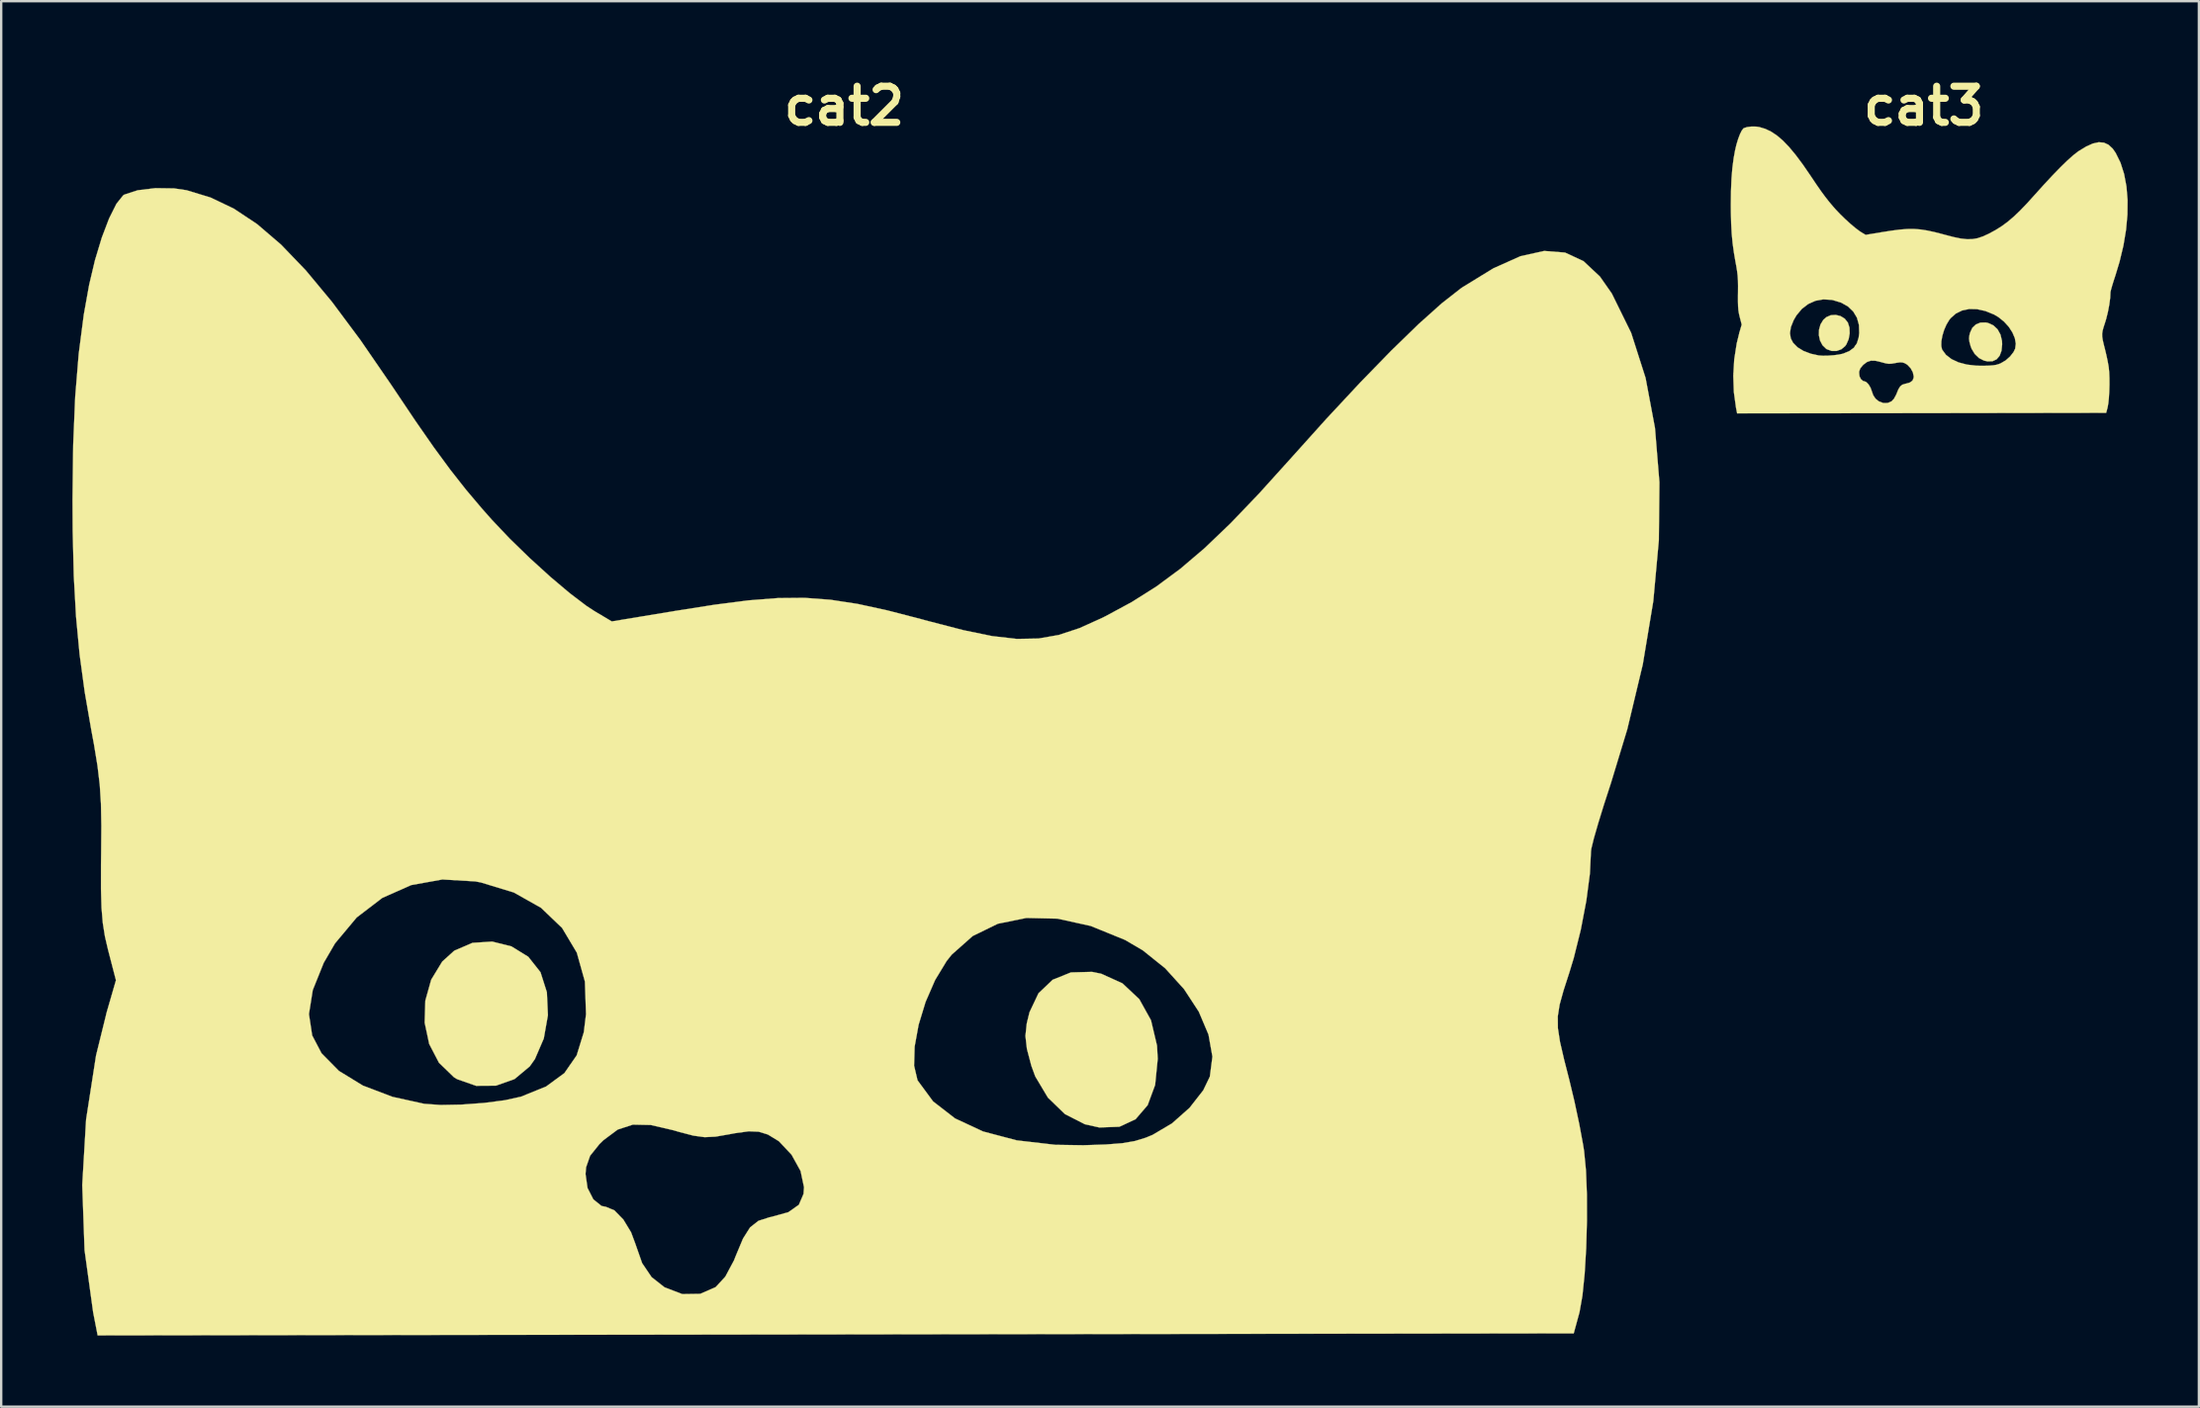
<source format=kicad_pcb>
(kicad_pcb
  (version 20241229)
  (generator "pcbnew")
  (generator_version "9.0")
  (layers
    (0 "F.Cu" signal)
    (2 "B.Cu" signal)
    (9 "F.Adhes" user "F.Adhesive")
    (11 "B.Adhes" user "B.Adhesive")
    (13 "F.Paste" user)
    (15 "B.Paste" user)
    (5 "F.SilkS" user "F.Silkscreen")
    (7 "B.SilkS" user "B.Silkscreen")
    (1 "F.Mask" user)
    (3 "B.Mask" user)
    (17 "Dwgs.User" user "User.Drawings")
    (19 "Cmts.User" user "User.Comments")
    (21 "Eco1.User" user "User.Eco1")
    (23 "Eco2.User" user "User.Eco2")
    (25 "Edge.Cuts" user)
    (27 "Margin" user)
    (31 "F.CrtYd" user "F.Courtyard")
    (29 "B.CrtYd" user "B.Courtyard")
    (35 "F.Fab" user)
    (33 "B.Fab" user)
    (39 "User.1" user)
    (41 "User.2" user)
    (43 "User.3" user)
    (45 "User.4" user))
  (footprint "cat3"
    (layer "F.Cu")
    (at 77.997 1.418)
    (property "Reference" "cat3" (at 0 0 0) (layer "F.SilkS") (effects (font (size 1.524 1.524) (thickness 0.3))))
    (attr through_hole)
    (fp_poly (pts (xy -3.504 8.855) (xy -3.328 8.964) (xy -3.199 9.127) (xy -3.131 9.338) (xy -3.121 9.581) (xy -3.164 9.825) (xy -3.258 10.042) (xy -3.312 10.12) (xy -3.473 10.254) (xy -3.669 10.323) (xy -3.878 10.324) (xy -4.077 10.254) (xy -4.111 10.234) (xy -4.268 10.081) (xy -4.371 9.883) (xy -4.419 9.659) (xy -4.412 9.427) (xy -4.35 9.206) (xy -4.234 9.015) (xy -4.107 8.901) (xy -3.916 8.818) (xy -3.708 8.805) (xy -3.504 8.855)) (stroke (width 0.01) (type solid)) (fill yes) (layer "F.SilkS"))
    (fp_poly (pts (xy 2.707 9.143) (xy 2.931 9.245) (xy 3.108 9.411) (xy 3.231 9.633) (xy 3.295 9.901) (xy 3.302 10.04) (xy 3.275 10.315) (xy 3.196 10.528) (xy 3.069 10.676) (xy 2.898 10.756) (xy 2.688 10.763) (xy 2.535 10.729) (xy 2.325 10.622) (xy 2.145 10.448) (xy 2.012 10.225) (xy 1.971 10.113) (xy 1.924 9.935) (xy 1.909 9.799) (xy 1.923 9.667) (xy 1.952 9.55) (xy 2.046 9.349) (xy 2.196 9.207) (xy 2.388 9.129) (xy 2.61 9.124) (xy 2.707 9.143)) (stroke (width 0.01) (type solid)) (fill yes) (layer "F.SilkS"))
    (fp_poly (pts (xy -7.057 0.868) (xy -6.926 0.888) (xy -6.674 0.964) (xy -6.428 1.082) (xy -6.183 1.245) (xy -5.932 1.46) (xy -5.671 1.732) (xy -5.394 2.065) (xy -5.096 2.465) (xy -4.771 2.938) (xy -4.74 2.985) (xy -4.516 3.319) (xy -4.323 3.596) (xy -4.149 3.832) (xy -3.984 4.042) (xy -3.815 4.243) (xy -3.711 4.36) (xy -3.523 4.558) (xy -3.312 4.764) (xy -3.095 4.961) (xy -2.89 5.134) (xy -2.713 5.268) (xy -2.632 5.322) (xy -2.448 5.431) (xy -1.785 5.321) (xy -1.365 5.255) (xy -1.01 5.209) (xy -0.7 5.185) (xy -0.417 5.183) (xy -0.142 5.203) (xy 0.141 5.247) (xy 0.453 5.314) (xy 0.812 5.407) (xy 0.889 5.428) (xy 1.255 5.523) (xy 1.559 5.586) (xy 1.817 5.615) (xy 2.046 5.611) (xy 2.261 5.574) (xy 2.479 5.501) (xy 2.715 5.395) (xy 2.753 5.376) (xy 3.029 5.226) (xy 3.288 5.063) (xy 3.54 4.877) (xy 3.796 4.658) (xy 4.068 4.398) (xy 4.367 4.086) (xy 4.69 3.728) (xy 5.079 3.296) (xy 5.438 2.911) (xy 5.762 2.577) (xy 6.048 2.299) (xy 6.293 2.08) (xy 6.491 1.925) (xy 6.513 1.909) (xy 6.838 1.71) (xy 7.123 1.582) (xy 7.373 1.527) (xy 7.592 1.545) (xy 7.786 1.635) (xy 7.96 1.797) (xy 8.084 1.976) (xy 8.289 2.391) (xy 8.44 2.865) (xy 8.539 3.392) (xy 8.586 3.965) (xy 8.58 4.576) (xy 8.522 5.218) (xy 8.411 5.884) (xy 8.247 6.568) (xy 8.076 7.133) (xy 8.003 7.357) (xy 7.941 7.557) (xy 7.895 7.718) (xy 7.869 7.824) (xy 7.865 7.853) (xy 7.854 8.088) (xy 7.816 8.374) (xy 7.758 8.68) (xy 7.684 8.979) (xy 7.638 9.129) (xy 7.576 9.32) (xy 7.535 9.468) (xy 7.516 9.593) (xy 7.517 9.717) (xy 7.539 9.861) (xy 7.582 10.048) (xy 7.636 10.26) (xy 7.69 10.486) (xy 7.742 10.728) (xy 7.782 10.945) (xy 7.792 11.011) (xy 7.812 11.214) (xy 7.822 11.467) (xy 7.823 11.747) (xy 7.815 12.033) (xy 7.799 12.303) (xy 7.775 12.535) (xy 7.745 12.706) (xy 7.741 12.721) (xy 7.684 12.933) (xy -0.09 12.944) (xy -7.863 12.954) (xy -7.911 12.711) (xy -8.001 12.055) (xy -8.025 11.37) (xy -8.018 11.254) (xy -2.724 11.254) (xy -2.704 11.401) (xy -2.642 11.521) (xy -2.556 11.591) (xy -2.51 11.599) (xy -2.421 11.636) (xy -2.326 11.733) (xy -2.245 11.868) (xy -2.201 11.986) (xy -2.128 12.193) (xy -2.028 12.34) (xy -1.892 12.448) (xy -1.706 12.519) (xy -1.516 12.516) (xy -1.353 12.445) (xy -1.253 12.335) (xy -1.161 12.164) (xy -1.142 12.117) (xy -1.066 11.934) (xy -0.991 11.816) (xy -0.904 11.747) (xy -0.787 11.71) (xy -0.77 11.706) (xy -0.588 11.656) (xy -0.478 11.578) (xy -0.429 11.464) (xy -0.423 11.393) (xy -0.46 11.222) (xy -0.555 11.05) (xy -0.688 10.908) (xy -0.804 10.838) (xy -0.9 10.808) (xy -1.005 10.804) (xy -1.152 10.824) (xy -1.208 10.835) (xy -1.354 10.86) (xy -1.47 10.866) (xy -1.588 10.849) (xy -1.743 10.809) (xy -1.798 10.793) (xy -2.037 10.737) (xy -2.226 10.733) (xy -2.385 10.785) (xy -2.535 10.896) (xy -2.578 10.939) (xy -2.676 11.062) (xy -2.719 11.183) (xy -2.724 11.254) (xy -8.018 11.254) (xy -7.985 10.679) (xy -7.88 10.005) (xy -7.772 9.568) (xy -5.638 9.568) (xy -5.603 9.793) (xy -5.505 9.981) (xy -5.322 10.167) (xy -5.07 10.322) (xy -4.758 10.441) (xy -4.424 10.514) (xy -4.252 10.526) (xy -4.031 10.522) (xy -3.794 10.505) (xy -3.574 10.476) (xy -3.405 10.439) (xy -3.404 10.439) (xy -3.14 10.332) (xy -2.947 10.19) (xy -2.893 10.112) (xy 0.736 10.112) (xy 0.771 10.263) (xy 0.775 10.27) (xy 0.936 10.489) (xy 1.167 10.668) (xy 1.463 10.806) (xy 1.817 10.899) (xy 2.223 10.946) (xy 2.519 10.95) (xy 2.754 10.943) (xy 2.928 10.929) (xy 3.06 10.907) (xy 3.175 10.872) (xy 3.248 10.841) (xy 3.452 10.721) (xy 3.637 10.556) (xy 3.781 10.372) (xy 3.851 10.228) (xy 3.878 10.017) (xy 3.837 9.784) (xy 3.734 9.543) (xy 3.58 9.306) (xy 3.38 9.086) (xy 3.145 8.897) (xy 2.958 8.787) (xy 2.596 8.64) (xy 2.247 8.563) (xy 1.918 8.555) (xy 1.618 8.617) (xy 1.354 8.746) (xy 1.133 8.941) (xy 1.079 9.009) (xy 0.957 9.21) (xy 0.857 9.44) (xy 0.784 9.681) (xy 0.742 9.911) (xy 0.736 10.112) (xy -2.893 10.112) (xy -2.818 10.003) (xy -2.743 9.76) (xy -2.719 9.569) (xy -2.731 9.225) (xy -2.816 8.921) (xy -2.972 8.661) (xy -3.194 8.448) (xy -3.48 8.287) (xy -3.826 8.182) (xy -3.885 8.17) (xy -4.232 8.15) (xy -4.561 8.209) (xy -4.865 8.344) (xy -5.135 8.55) (xy -5.363 8.823) (xy -5.482 9.028) (xy -5.597 9.315) (xy -5.638 9.568) (xy -7.772 9.568) (xy -7.767 9.548) (xy -7.67 9.212) (xy -7.753 8.892) (xy -7.786 8.751) (xy -7.809 8.609) (xy -7.822 8.449) (xy -7.828 8.25) (xy -7.828 7.993) (xy -7.826 7.874) (xy -7.824 7.585) (xy -7.828 7.353) (xy -7.841 7.151) (xy -7.865 6.952) (xy -7.901 6.73) (xy -7.929 6.583) (xy -7.999 6.174) (xy -8.053 5.78) (xy -8.091 5.379) (xy -8.114 4.949) (xy -8.126 4.47) (xy -8.128 4.149) (xy -8.121 3.572) (xy -8.1 3.064) (xy -8.063 2.611) (xy -8.009 2.199) (xy -7.952 1.884) (xy -7.892 1.626) (xy -7.819 1.387) (xy -7.742 1.184) (xy -7.665 1.03) (xy -7.595 0.942) (xy -7.582 0.933) (xy -7.442 0.888) (xy -7.255 0.865) (xy -7.057 0.868)) (stroke (width 0.01) (type solid)) (fill yes) (layer "F.SilkS")))
  (footprint "cat2"
    (layer "F.Cu")
    (at 32.516 1.418)
    (property "Reference" "cat2" (at 0 0 0) (layer "F.SilkS") (effects (font (size 1.524 1.524) (thickness 0.3))))
    (attr through_hole)
    (fp_poly (pts (xy -14.018 35.421) (xy -13.31 35.858) (xy -12.796 36.507) (xy -12.526 37.354) (xy -12.483 38.324) (xy -12.656 39.301) (xy -13.03 40.17) (xy -13.248 40.478) (xy -13.89 41.014) (xy -14.675 41.291) (xy -15.511 41.296) (xy -16.308 41.017) (xy -16.443 40.934) (xy -17.073 40.325) (xy -17.484 39.534) (xy -17.675 38.636) (xy -17.647 37.707) (xy -17.4 36.824) (xy -16.935 36.06) (xy -16.428 35.602) (xy -15.663 35.272) (xy -14.831 35.218) (xy -14.018 35.421)) (stroke (width 0.01) (type solid)) (fill yes) (layer "F.SilkS"))
    (fp_poly (pts (xy 10.827 36.573) (xy 11.724 36.98) (xy 12.431 37.645) (xy 12.924 38.532) (xy 13.178 39.604) (xy 13.208 40.161) (xy 13.099 41.259) (xy 12.784 42.112) (xy 12.276 42.704) (xy 11.593 43.022) (xy 10.75 43.053) (xy 10.138 42.917) (xy 9.298 42.488) (xy 8.581 41.794) (xy 8.048 40.9) (xy 7.884 40.45) (xy 7.697 39.74) (xy 7.635 39.196) (xy 7.691 38.667) (xy 7.806 38.198) (xy 8.185 37.396) (xy 8.783 36.827) (xy 9.551 36.518) (xy 10.44 36.494) (xy 10.827 36.573)) (stroke (width 0.01) (type solid)) (fill yes) (layer "F.SilkS"))
    (fp_poly (pts (xy -28.229 3.473) (xy -27.706 3.55) (xy -26.697 3.857) (xy -25.713 4.327) (xy -24.73 4.981) (xy -23.728 5.84) (xy -22.684 6.926) (xy -21.577 8.259) (xy -20.385 9.86) (xy -19.085 11.751) (xy -18.96 11.938) (xy -18.063 13.275) (xy -17.291 14.385) (xy -16.598 15.328) (xy -15.936 16.17) (xy -15.259 16.971) (xy -14.843 17.441) (xy -14.092 18.234) (xy -13.248 19.055) (xy -12.38 19.844) (xy -11.559 20.537) (xy -10.852 21.074) (xy -10.526 21.287) (xy -9.792 21.724) (xy -7.139 21.284) (xy -5.461 21.02) (xy -4.039 20.837) (xy -2.798 20.74) (xy -1.667 20.73) (xy -0.57 20.812) (xy 0.566 20.986) (xy 1.814 21.258) (xy 3.248 21.629) (xy 3.556 21.713) (xy 5.021 22.093) (xy 6.237 22.343) (xy 7.27 22.461) (xy 8.184 22.445) (xy 9.044 22.294) (xy 9.914 22.006) (xy 10.861 21.578) (xy 11.013 21.502) (xy 12.118 20.905) (xy 13.152 20.252) (xy 14.16 19.507) (xy 15.186 18.633) (xy 16.274 17.591) (xy 17.468 16.344) (xy 18.761 14.912) (xy 20.316 13.182) (xy 21.751 11.642) (xy 23.049 10.308) (xy 24.194 9.195) (xy 25.171 8.32) (xy 25.963 7.699) (xy 26.053 7.636) (xy 27.353 6.839) (xy 28.492 6.33) (xy 29.491 6.109) (xy 30.369 6.178) (xy 31.145 6.538) (xy 31.839 7.189) (xy 32.338 7.902) (xy 33.154 9.563) (xy 33.761 11.461) (xy 34.157 13.569) (xy 34.344 15.859) (xy 34.32 18.302) (xy 34.086 20.871) (xy 33.643 23.537) (xy 32.989 26.273) (xy 32.303 28.533) (xy 32.012 29.427) (xy 31.765 30.228) (xy 31.58 30.872) (xy 31.477 31.295) (xy 31.461 31.411) (xy 31.415 32.353) (xy 31.265 33.494) (xy 31.031 34.72) (xy 30.734 35.914) (xy 30.551 36.516) (xy 30.304 37.281) (xy 30.141 37.87) (xy 30.062 38.37) (xy 30.067 38.867) (xy 30.156 39.446) (xy 30.329 40.193) (xy 30.545 41.038) (xy 30.761 41.942) (xy 30.967 42.911) (xy 31.128 43.779) (xy 31.17 44.042) (xy 31.249 44.857) (xy 31.289 45.868) (xy 31.291 46.99) (xy 31.259 48.134) (xy 31.195 49.213) (xy 31.101 50.139) (xy 30.98 50.825) (xy 30.965 50.885) (xy 30.734 51.731) (xy -0.359 51.774) (xy -31.452 51.817) (xy -31.642 50.843) (xy -32.004 48.22) (xy -32.101 45.481) (xy -32.074 45.016) (xy -10.898 45.016) (xy -10.814 45.603) (xy -10.569 46.083) (xy -10.222 46.362) (xy -10.041 46.397) (xy -9.683 46.546) (xy -9.305 46.933) (xy -8.979 47.471) (xy -8.803 47.944) (xy -8.513 48.772) (xy -8.114 49.361) (xy -7.568 49.791) (xy -6.822 50.076) (xy -6.064 50.065) (xy -5.413 49.78) (xy -5.01 49.341) (xy -4.644 48.656) (xy -4.57 48.468) (xy -4.263 47.735) (xy -3.966 47.265) (xy -3.615 46.988) (xy -3.148 46.838) (xy -3.079 46.825) (xy -2.352 46.623) (xy -1.911 46.312) (xy -1.714 45.855) (xy -1.693 45.572) (xy -1.838 44.887) (xy -2.218 44.201) (xy -2.752 43.633) (xy -3.215 43.35) (xy -3.599 43.232) (xy -4.021 43.214) (xy -4.606 43.295) (xy -4.834 43.338) (xy -5.417 43.439) (xy -5.878 43.462) (xy -6.352 43.397) (xy -6.973 43.235) (xy -7.191 43.171) (xy -8.147 42.948) (xy -8.904 42.933) (xy -9.542 43.141) (xy -10.14 43.586) (xy -10.313 43.756) (xy -10.706 44.246) (xy -10.875 44.732) (xy -10.898 45.016) (xy -32.074 45.016) (xy -31.939 42.717) (xy -31.52 40.019) (xy -31.089 38.273) (xy -22.551 38.273) (xy -22.414 39.174) (xy -22.02 39.926) (xy -21.289 40.668) (xy -20.279 41.287) (xy -19.032 41.762) (xy -17.695 42.056) (xy -17.008 42.105) (xy -16.124 42.089) (xy -15.175 42.019) (xy -14.296 41.905) (xy -13.619 41.756) (xy -13.616 41.755) (xy -12.559 41.327) (xy -11.788 40.761) (xy -11.572 40.449) (xy 2.944 40.449) (xy 3.086 41.052) (xy 3.099 41.079) (xy 3.744 41.954) (xy 4.67 42.672) (xy 5.852 43.222) (xy 7.267 43.596) (xy 8.891 43.784) (xy 10.075 43.802) (xy 11.018 43.771) (xy 11.71 43.717) (xy 12.241 43.626) (xy 12.699 43.486) (xy 12.992 43.365) (xy 13.808 42.882) (xy 14.549 42.225) (xy 15.126 41.487) (xy 15.404 40.91) (xy 15.513 40.067) (xy 15.347 39.137) (xy 14.938 38.171) (xy 14.318 37.222) (xy 13.522 36.343) (xy 12.58 35.587) (xy 11.833 35.149) (xy 10.385 34.559) (xy 8.988 34.251) (xy 7.674 34.222) (xy 6.473 34.466) (xy 5.415 34.982) (xy 4.531 35.766) (xy 4.316 36.036) (xy 3.829 36.839) (xy 3.428 37.761) (xy 3.135 38.723) (xy 2.967 39.646) (xy 2.944 40.449) (xy -11.572 40.449) (xy -11.27 40.013) (xy -10.97 39.039) (xy -10.877 38.278) (xy -10.924 36.901) (xy -11.265 35.684) (xy -11.886 34.643) (xy -12.775 33.793) (xy -13.918 33.149) (xy -15.304 32.727) (xy -15.539 32.682) (xy -16.927 32.6) (xy -18.244 32.837) (xy -19.459 33.376) (xy -20.538 34.201) (xy -21.451 35.293) (xy -21.927 36.111) (xy -22.389 37.259) (xy -22.551 38.273) (xy -31.089 38.273) (xy -31.07 38.193) (xy -30.681 36.847) (xy -31.013 35.568) (xy -31.145 35.002) (xy -31.235 34.437) (xy -31.289 33.795) (xy -31.312 32.998) (xy -31.311 31.971) (xy -31.305 31.496) (xy -31.296 30.339) (xy -31.313 29.412) (xy -31.364 28.605) (xy -31.459 27.81) (xy -31.605 26.918) (xy -31.714 26.331) (xy -31.998 24.696) (xy -32.212 23.119) (xy -32.363 21.515) (xy -32.458 19.797) (xy -32.504 17.881) (xy -32.511 16.595) (xy -32.483 14.287) (xy -32.398 12.256) (xy -32.25 10.445) (xy -32.036 8.794) (xy -31.81 7.535) (xy -31.566 6.503) (xy -31.278 5.549) (xy -30.968 4.735) (xy -30.661 4.121) (xy -30.379 3.769) (xy -30.326 3.734) (xy -29.767 3.552) (xy -29.02 3.462) (xy -28.229 3.473)) (stroke (width 0.01) (type solid)) (fill yes) (layer "F.SilkS")))
  (gr_rect
    (start -3 -3)
    (end 89.588 56.24)
    (stroke (width 0.1) (type default))
    (fill no)
    (layer "Edge.Cuts")))
</source>
